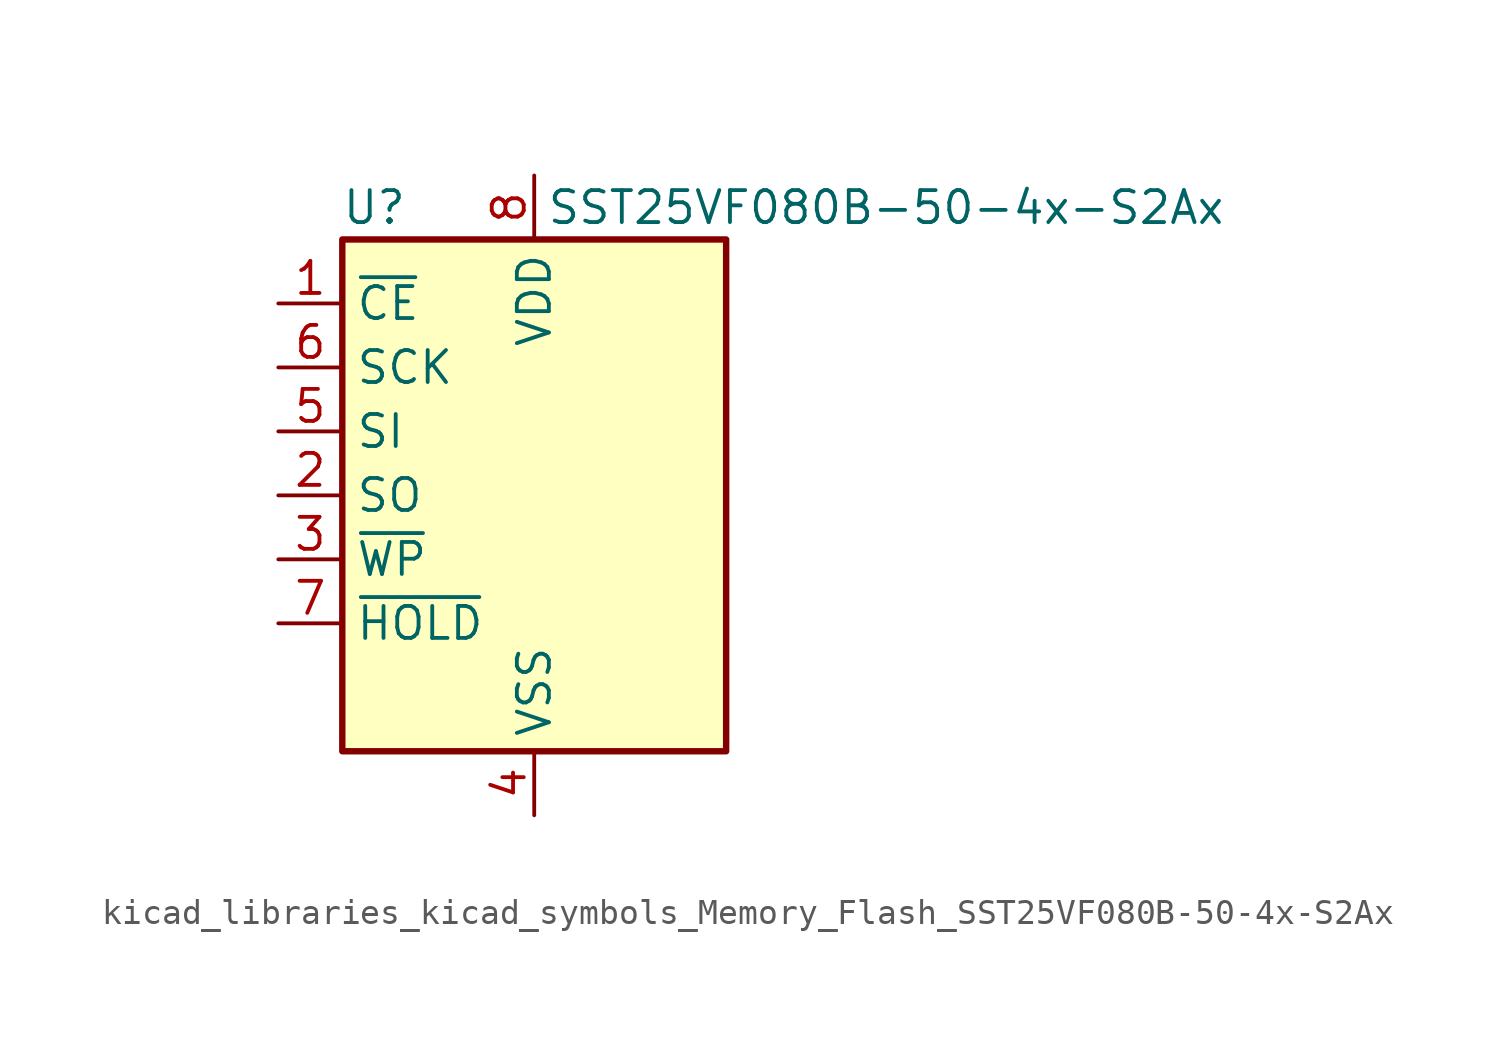
<source format=kicad_sym>
(kicad_symbol_lib
  (version 20220914)
  (generator kicad_symbol_editor)
  (symbol "kicad_libraries_kicad_symbols_Memory_Flash_SST25VF080B-50-4x-S2Ax"
    (property "Reference" "U"
      (at -6.35 11.43 0)
      (effects (font (size 1.27 1.27))))
    (property "Value" "SST25VF080B-50-4x-S2Ax"
      (at 13.97 11.43 0)
      (effects (font (size 1.27 1.27))))
    (symbol "kicad_libraries_kicad_symbols_Memory_Flash_SST25VF080B-50-4x-S2Ax_0_1"
      (rectangle (start -7.62 10.16) (end 7.62 -10.16) (stroke (width 0.254) (type default)) (fill (type background))))
    (symbol "kicad_libraries_kicad_symbols_Memory_Flash_SST25VF080B-50-4x-S2Ax_1_1"
      (pin input line (at -10.16 7.62 0) (length 2.54) (name "~{CE}" (effects (font (size 1.27 1.27)))) (number "1" (effects (font (size 1.27 1.27)))))
      (pin output line (at -10.16 0 0) (length 2.54) (name "SO" (effects (font (size 1.27 1.27)))) (number "2" (effects (font (size 1.27 1.27)))))
      (pin input line (at -10.16 -2.54 0) (length 2.54) (name "~{WP}" (effects (font (size 1.27 1.27)))) (number "3" (effects (font (size 1.27 1.27)))))
      (pin power_in line (at 0 -12.7 90) (length 2.54) (name "VSS" (effects (font (size 1.27 1.27)))) (number "4" (effects (font (size 1.27 1.27)))))
      (pin input line (at -10.16 2.54 0) (length 2.54) (name "SI" (effects (font (size 1.27 1.27)))) (number "5" (effects (font (size 1.27 1.27)))))
      (pin input line (at -10.16 5.08 0) (length 2.54) (name "SCK" (effects (font (size 1.27 1.27)))) (number "6" (effects (font (size 1.27 1.27)))))
      (pin input line (at -10.16 -5.08 0) (length 2.54) (name "~{HOLD}" (effects (font (size 1.27 1.27)))) (number "7" (effects (font (size 1.27 1.27)))))
      (pin power_in line (at 0 12.7 270) (length 2.54) (name "VDD" (effects (font (size 1.27 1.27)))) (number "8" (effects (font (size 1.27 1.27))))))))
</source>
